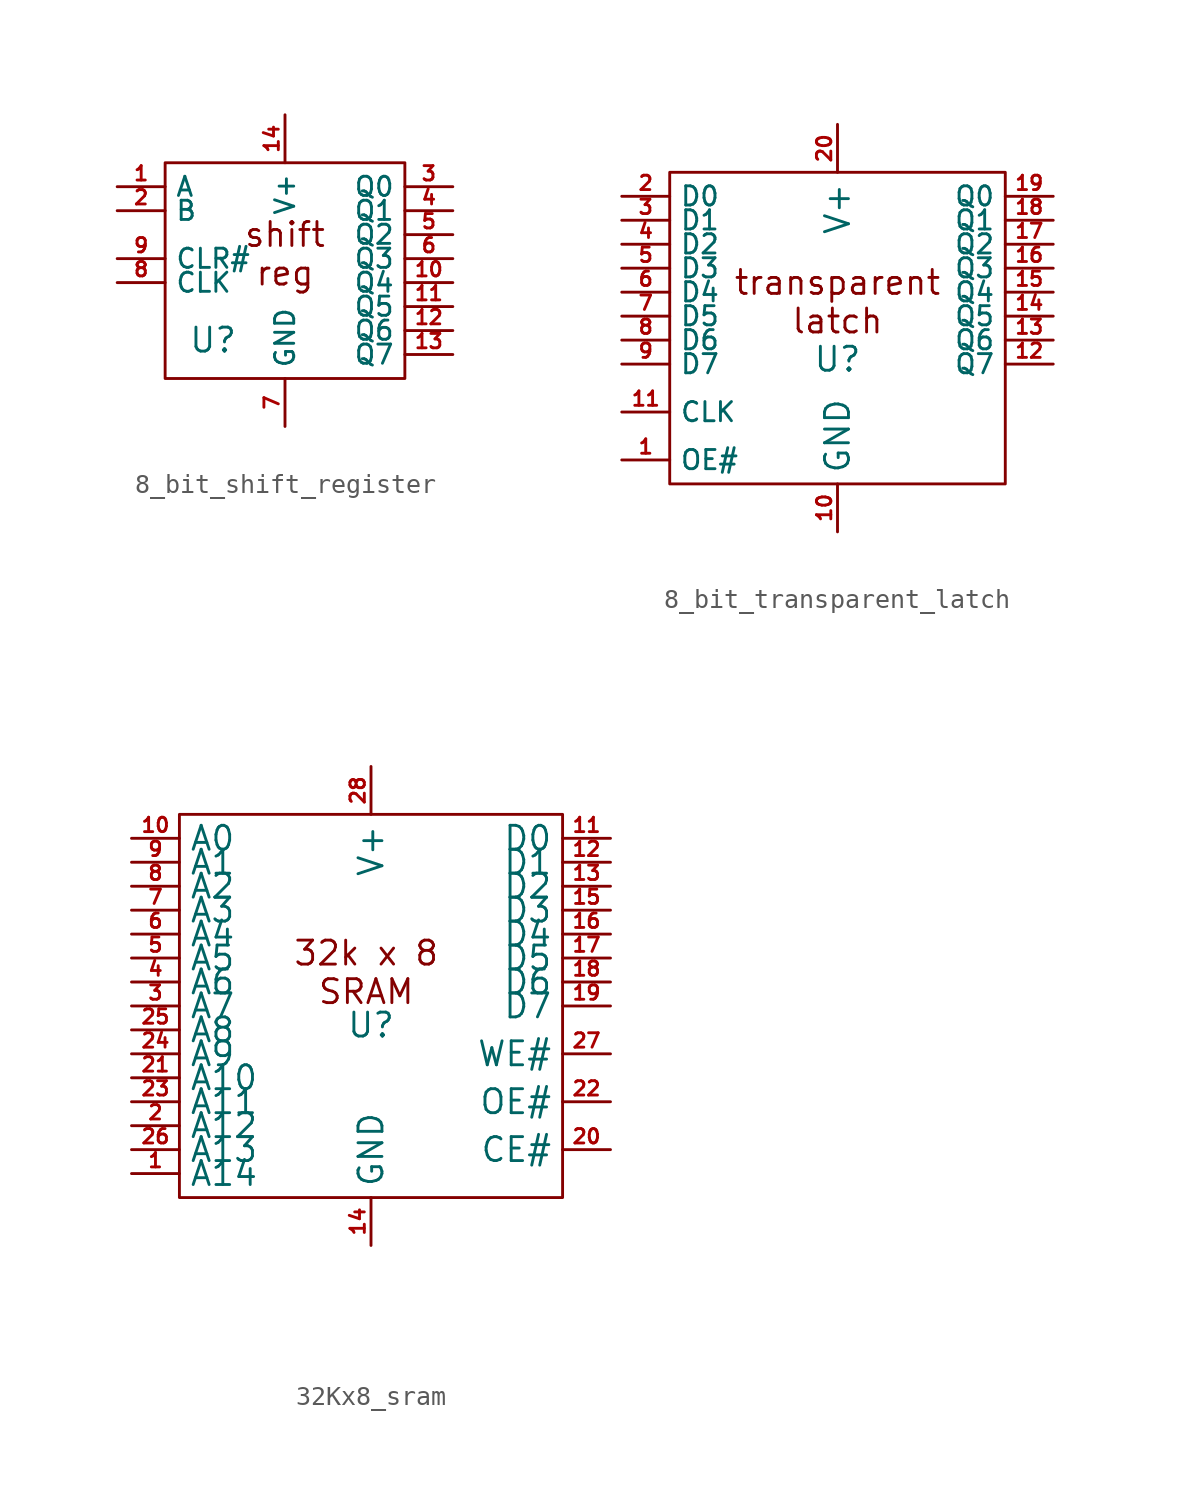
<source format=kicad_sym>
(kicad_symbol_lib
  (version 20231120)
  (generator "kicad_symbol_editor")
  (generator_version "8.0")
  (symbol "8_bit_shift_register"
    (property "Reference" "U"
      (at -5.08 3.302 0)
      (effects (font (size 1.27 1.27))))
    (property "Value" ""
      (at 0 0 0)
      (effects (font (size 1.27 1.27))))
    (symbol "8_bit_shift_register_1_1"
      (rectangle (start -7.62 12.7) (end 5.08 1.27) (stroke (width 0) (type default)) (fill (type none)))
      (text "shift\nreg" (at -1.27 7.874 0) (effects (font (size 1.27 1.27))))
      (pin input line (at -10.16 11.43 0) (length 2.54) (name "A" (effects (font (size 1.016 1.016)))) (number "1" (effects (font (size 0.762 0.762)))))
      (pin output line (at 7.62 6.35 180) (length 2.54) (name "Q4" (effects (font (size 1.016 1.016)))) (number "10" (effects (font (size 0.762 0.762)))))
      (pin output line (at 7.62 5.08 180) (length 2.54) (name "Q5" (effects (font (size 1.016 1.016)))) (number "11" (effects (font (size 0.762 0.762)))))
      (pin output line (at 7.62 3.81 180) (length 2.54) (name "Q6" (effects (font (size 1.016 1.016)))) (number "12" (effects (font (size 0.762 0.762)))))
      (pin output line (at 7.62 2.54 180) (length 2.54) (name "Q7" (effects (font (size 1.016 1.016)))) (number "13" (effects (font (size 0.762 0.762)))))
      (pin input line (at -1.27 15.24 270) (length 2.54) (name "V+" (effects (font (size 1.016 1.016)))) (number "14" (effects (font (size 0.762 0.762)))))
      (pin input line (at -10.16 10.16 0) (length 2.54) (name "B" (effects (font (size 1.016 1.016)))) (number "2" (effects (font (size 0.762 0.762)))))
      (pin output line (at 7.62 11.43 180) (length 2.54) (name "Q0" (effects (font (size 1.016 1.016)))) (number "3" (effects (font (size 0.762 0.762)))))
      (pin output line (at 7.62 10.16 180) (length 2.54) (name "Q1" (effects (font (size 1.016 1.016)))) (number "4" (effects (font (size 0.762 0.762)))))
      (pin output line (at 7.62 8.89 180) (length 2.54) (name "Q2" (effects (font (size 1.016 1.016)))) (number "5" (effects (font (size 0.762 0.762)))))
      (pin output line (at 7.62 7.62 180) (length 2.54) (name "Q3" (effects (font (size 1.016 1.016)))) (number "6" (effects (font (size 0.762 0.762)))))
      (pin input line (at -1.27 -1.27 90) (length 2.54) (name "GND" (effects (font (size 1.016 1.016)))) (number "7" (effects (font (size 0.762 0.762)))))
      (pin input line (at -10.16 6.35 0) (length 2.54) (name "CLK" (effects (font (size 1.016 1.016)))) (number "8" (effects (font (size 0.762 0.762)))))
      (pin input line (at -10.16 7.62 0) (length 2.54) (name "CLR#" (effects (font (size 1.016 1.016)))) (number "9" (effects (font (size 0.762 0.762)))))))
  (symbol "8_bit_transparent_latch"
    (property "Reference" "U"
      (at 0 -1.016 0)
      (effects (font (size 1.27 1.27))))
    (property "Value" ""
      (at 0 0 0)
      (effects (font (size 1.27 1.27))))
    (symbol "8_bit_transparent_latch_0_1"
      (rectangle (start -8.89 8.89) (end 8.89 -7.62) (stroke (width 0) (type default)) (fill (type none))))
    (symbol "8_bit_transparent_latch_1_1"
      (text "transparent\nlatch" (at 0 2.032 0) (effects (font (size 1.27 1.27))))
      (pin input line (at -11.43 -6.35 0) (length 2.54) (name "OE#" (effects (font (size 1.016 1.016)))) (number "1" (effects (font (size 0.762 0.762)))))
      (pin power_in line (at 0 -10.16 90) (length 2.54) (name "GND" (effects (font (size 1.27 1.27)))) (number "10" (effects (font (size 0.762 0.762)))))
      (pin input line (at -11.43 -3.81 0) (length 2.54) (name "CLK" (effects (font (size 1.016 1.016)))) (number "11" (effects (font (size 0.762 0.762)))))
      (pin output line (at 11.43 -1.27 180) (length 2.54) (name "Q7" (effects (font (size 1.016 1.016)))) (number "12" (effects (font (size 0.762 0.762)))))
      (pin output line (at 11.43 0 180) (length 2.54) (name "Q6" (effects (font (size 1.016 1.016)))) (number "13" (effects (font (size 0.762 0.762)))))
      (pin output line (at 11.43 1.27 180) (length 2.54) (name "Q5" (effects (font (size 1.016 1.016)))) (number "14" (effects (font (size 0.762 0.762)))))
      (pin output line (at 11.43 2.54 180) (length 2.54) (name "Q4" (effects (font (size 1.016 1.016)))) (number "15" (effects (font (size 0.762 0.762)))))
      (pin output line (at 11.43 3.81 180) (length 2.54) (name "Q3" (effects (font (size 1.016 1.016)))) (number "16" (effects (font (size 0.762 0.762)))))
      (pin output line (at 11.43 5.08 180) (length 2.54) (name "Q2" (effects (font (size 1.016 1.016)))) (number "17" (effects (font (size 0.762 0.762)))))
      (pin output line (at 11.43 6.35 180) (length 2.54) (name "Q1" (effects (font (size 1.016 1.016)))) (number "18" (effects (font (size 0.762 0.762)))))
      (pin output line (at 11.43 7.62 180) (length 2.54) (name "Q0" (effects (font (size 1.016 1.016)))) (number "19" (effects (font (size 0.762 0.762)))))
      (pin input line (at -11.43 7.62 0) (length 2.54) (name "D0" (effects (font (size 1.016 1.016)))) (number "2" (effects (font (size 0.762 0.762)))))
      (pin power_in line (at 0 11.43 270) (length 2.54) (name "V+" (effects (font (size 1.27 1.27)))) (number "20" (effects (font (size 0.762 0.762)))))
      (pin input line (at -11.43 6.35 0) (length 2.54) (name "D1" (effects (font (size 1.016 1.016)))) (number "3" (effects (font (size 0.762 0.762)))))
      (pin input line (at -11.43 5.08 0) (length 2.54) (name "D2" (effects (font (size 1.016 1.016)))) (number "4" (effects (font (size 0.762 0.762)))))
      (pin input line (at -11.43 3.81 0) (length 2.54) (name "D3" (effects (font (size 1.016 1.016)))) (number "5" (effects (font (size 0.762 0.762)))))
      (pin input line (at -11.43 2.54 0) (length 2.54) (name "D4" (effects (font (size 1.016 1.016)))) (number "6" (effects (font (size 0.762 0.762)))))
      (pin input line (at -11.43 1.27 0) (length 2.54) (name "D5" (effects (font (size 1.016 1.016)))) (number "7" (effects (font (size 0.762 0.762)))))
      (pin input line (at -11.43 0 0) (length 2.54) (name "D6" (effects (font (size 1.016 1.016)))) (number "8" (effects (font (size 0.762 0.762)))))
      (pin input line (at -11.43 -1.27 0) (length 2.54) (name "D7" (effects (font (size 1.016 1.016)))) (number "9" (effects (font (size 0.762 0.762)))))))
  (symbol "32Kx8_sram"
    (property "Reference" "U"
      (at 0 -1.016 0)
      (effects (font (size 1.27 1.27))))
    (property "Value" ""
      (at -3.81 -16.51 0)
      (effects (font (size 1.27 1.27))))
    (symbol "32Kx8_sram_0_1"
      (rectangle (start -10.16 10.16) (end 10.16 -10.16) (stroke (width 0) (type default)) (fill (type none))))
    (symbol "32Kx8_sram_1_1"
      (text "32k x 8\nSRAM" (at -0.254 1.778 0) (effects (font (size 1.27 1.27))))
      (pin input line (at -12.7 -8.89 0) (length 2.54) (name "A14" (effects (font (size 1.27 1.27)))) (number "1" (effects (font (size 0.762 0.762)))))
      (pin input line (at -12.7 8.89 0) (length 2.54) (name "A0" (effects (font (size 1.27 1.27)))) (number "10" (effects (font (size 0.762 0.762)))))
      (pin bidirectional line (at 12.7 8.89 180) (length 2.54) (name "D0" (effects (font (size 1.27 1.27)))) (number "11" (effects (font (size 0.762 0.762)))))
      (pin bidirectional line (at 12.7 7.62 180) (length 2.54) (name "D1" (effects (font (size 1.27 1.27)))) (number "12" (effects (font (size 0.762 0.762)))))
      (pin bidirectional line (at 12.7 6.35 180) (length 2.54) (name "D2" (effects (font (size 1.27 1.27)))) (number "13" (effects (font (size 0.762 0.762)))))
      (pin power_in line (at 0 -12.7 90) (length 2.54) (name "GND" (effects (font (size 1.27 1.27)))) (number "14" (effects (font (size 0.762 0.762)))))
      (pin bidirectional line (at 12.7 5.08 180) (length 2.54) (name "D3" (effects (font (size 1.27 1.27)))) (number "15" (effects (font (size 0.762 0.762)))))
      (pin bidirectional line (at 12.7 3.81 180) (length 2.54) (name "D4" (effects (font (size 1.27 1.27)))) (number "16" (effects (font (size 0.762 0.762)))))
      (pin bidirectional line (at 12.7 2.54 180) (length 2.54) (name "D5" (effects (font (size 1.27 1.27)))) (number "17" (effects (font (size 0.762 0.762)))))
      (pin bidirectional line (at 12.7 1.27 180) (length 2.54) (name "D6" (effects (font (size 1.27 1.27)))) (number "18" (effects (font (size 0.762 0.762)))))
      (pin bidirectional line (at 12.7 0 180) (length 2.54) (name "D7" (effects (font (size 1.27 1.27)))) (number "19" (effects (font (size 0.762 0.762)))))
      (pin input line (at -12.7 -6.35 0) (length 2.54) (name "A12" (effects (font (size 1.27 1.27)))) (number "2" (effects (font (size 0.762 0.762)))))
      (pin input line (at 12.7 -7.62 180) (length 2.54) (name "CE#" (effects (font (size 1.27 1.27)))) (number "20" (effects (font (size 0.762 0.762)))))
      (pin input line (at -12.7 -3.81 0) (length 2.54) (name "A10" (effects (font (size 1.27 1.27)))) (number "21" (effects (font (size 0.762 0.762)))))
      (pin input line (at 12.7 -5.08 180) (length 2.54) (name "OE#" (effects (font (size 1.27 1.27)))) (number "22" (effects (font (size 0.762 0.762)))))
      (pin input line (at -12.7 -5.08 0) (length 2.54) (name "A11" (effects (font (size 1.27 1.27)))) (number "23" (effects (font (size 0.762 0.762)))))
      (pin input line (at -12.7 -2.54 0) (length 2.54) (name "A9" (effects (font (size 1.27 1.27)))) (number "24" (effects (font (size 0.762 0.762)))))
      (pin input line (at -12.7 -1.27 0) (length 2.54) (name "A8" (effects (font (size 1.27 1.27)))) (number "25" (effects (font (size 0.762 0.762)))))
      (pin input line (at -12.7 -7.62 0) (length 2.54) (name "A13" (effects (font (size 1.27 1.27)))) (number "26" (effects (font (size 0.762 0.762)))))
      (pin input line (at 12.7 -2.54 180) (length 2.54) (name "WE#" (effects (font (size 1.27 1.27)))) (number "27" (effects (font (size 0.762 0.762)))))
      (pin power_in line (at 0 12.7 270) (length 2.54) (name "V+" (effects (font (size 1.27 1.27)))) (number "28" (effects (font (size 0.762 0.762)))))
      (pin input line (at -12.7 0 0) (length 2.54) (name "A7" (effects (font (size 1.27 1.27)))) (number "3" (effects (font (size 0.762 0.762)))))
      (pin input line (at -12.7 1.27 0) (length 2.54) (name "A6" (effects (font (size 1.27 1.27)))) (number "4" (effects (font (size 0.762 0.762)))))
      (pin input line (at -12.7 2.54 0) (length 2.54) (name "A5" (effects (font (size 1.27 1.27)))) (number "5" (effects (font (size 0.762 0.762)))))
      (pin input line (at -12.7 3.81 0) (length 2.54) (name "A4" (effects (font (size 1.27 1.27)))) (number "6" (effects (font (size 0.762 0.762)))))
      (pin input line (at -12.7 5.08 0) (length 2.54) (name "A3" (effects (font (size 1.27 1.27)))) (number "7" (effects (font (size 0.762 0.762)))))
      (pin input line (at -12.7 6.35 0) (length 2.54) (name "A2" (effects (font (size 1.27 1.27)))) (number "8" (effects (font (size 0.762 0.762)))))
      (pin input line (at -12.7 7.62 0) (length 2.54) (name "A1" (effects (font (size 1.27 1.27)))) (number "9" (effects (font (size 0.762 0.762))))))))
</source>
